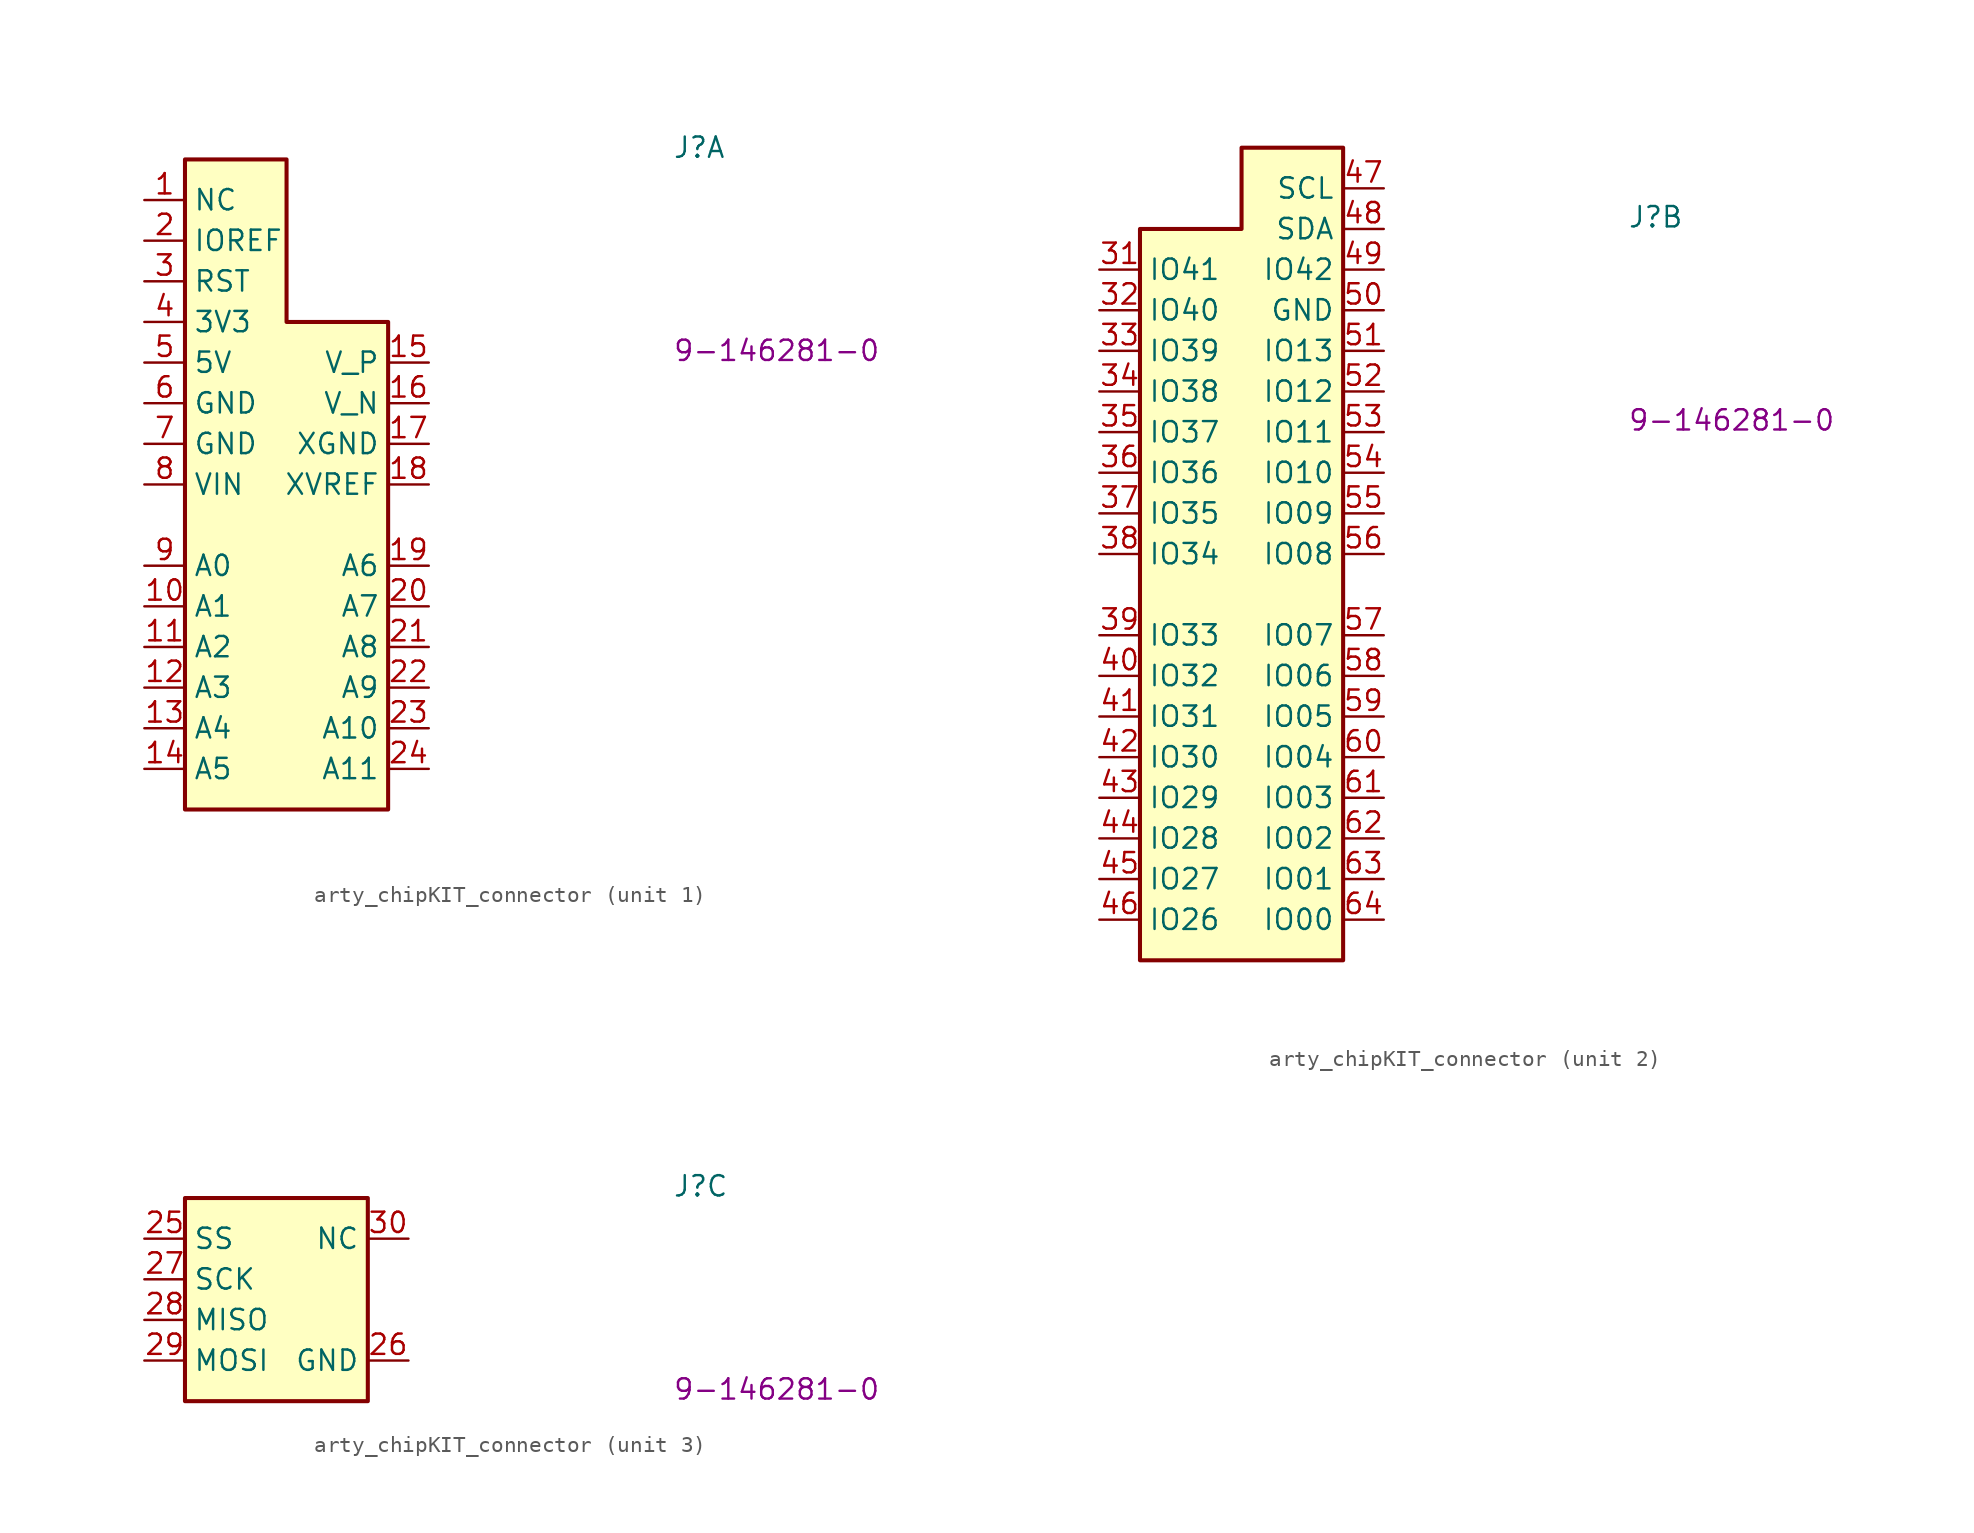
<source format=kicad_sym>
(kicad_symbol_lib
  (version 20220914)
  (generator kicad_symbol_editor)
  (symbol "arty_chipKIT_connector"
    (property "Reference" "J"
      (at 33.02 2.54 0)
      (effects (font (size 1.27 1.27) (thickness 0.15)) (justify left bottom)))
    (property "MPN" "9-146281-0"
      (at 33.02 -10.16 0)
      (effects (font (size 1.27 1.27) (thickness 0.15)) (justify left bottom)))
    (property "ki_locked" ""
      (at 0 0 0)
      (effects (font (size 1.27 1.27))))
    (symbol "arty_chipKIT_connector_1_1"
      (polyline (pts (xy 2.54 2.54) (xy 8.89 2.54) (xy 8.89 -7.62) (xy 15.24 -7.62) (xy 15.24 -38.1) (xy 2.54 -38.1) (xy 2.54 2.54)) (stroke (width 0.254) (type default)) (fill (type background)))
      (pin input line (at 0 0 0) (length 2.54) (name "NC" (effects (font (size 1.27 1.27)))) (number "1" (effects (font (size 1.27 1.27)))))
      (pin input line (at 0 -25.4 0) (length 2.54) (name "A1" (effects (font (size 1.27 1.27)))) (number "10" (effects (font (size 1.27 1.27)))))
      (pin input line (at 0 -27.94 0) (length 2.54) (name "A2" (effects (font (size 1.27 1.27)))) (number "11" (effects (font (size 1.27 1.27)))))
      (pin input line (at 0 -30.48 0) (length 2.54) (name "A3" (effects (font (size 1.27 1.27)))) (number "12" (effects (font (size 1.27 1.27)))))
      (pin input line (at 0 -33.02 0) (length 2.54) (name "A4" (effects (font (size 1.27 1.27)))) (number "13" (effects (font (size 1.27 1.27)))))
      (pin input line (at 0 -35.56 0) (length 2.54) (name "A5" (effects (font (size 1.27 1.27)))) (number "14" (effects (font (size 1.27 1.27)))))
      (pin input line (at 17.78 -10.16 180) (length 2.54) (name "V_P" (effects (font (size 1.27 1.27)))) (number "15" (effects (font (size 1.27 1.27)))))
      (pin input line (at 17.78 -12.7 180) (length 2.54) (name "V_N" (effects (font (size 1.27 1.27)))) (number "16" (effects (font (size 1.27 1.27)))))
      (pin input line (at 17.78 -15.24 180) (length 2.54) (name "XGND" (effects (font (size 1.27 1.27)))) (number "17" (effects (font (size 1.27 1.27)))))
      (pin input line (at 17.78 -17.78 180) (length 2.54) (name "XVREF" (effects (font (size 1.27 1.27)))) (number "18" (effects (font (size 1.27 1.27)))))
      (pin input line (at 17.78 -22.86 180) (length 2.54) (name "A6" (effects (font (size 1.27 1.27)))) (number "19" (effects (font (size 1.27 1.27)))))
      (pin input line (at 0 -2.54 0) (length 2.54) (name "IOREF" (effects (font (size 1.27 1.27)))) (number "2" (effects (font (size 1.27 1.27)))))
      (pin input line (at 17.78 -25.4 180) (length 2.54) (name "A7" (effects (font (size 1.27 1.27)))) (number "20" (effects (font (size 1.27 1.27)))))
      (pin input line (at 17.78 -27.94 180) (length 2.54) (name "A8" (effects (font (size 1.27 1.27)))) (number "21" (effects (font (size 1.27 1.27)))))
      (pin input line (at 17.78 -30.48 180) (length 2.54) (name "A9" (effects (font (size 1.27 1.27)))) (number "22" (effects (font (size 1.27 1.27)))))
      (pin input line (at 17.78 -33.02 180) (length 2.54) (name "A10" (effects (font (size 1.27 1.27)))) (number "23" (effects (font (size 1.27 1.27)))))
      (pin input line (at 17.78 -35.56 180) (length 2.54) (name "A11" (effects (font (size 1.27 1.27)))) (number "24" (effects (font (size 1.27 1.27)))))
      (pin input line (at 0 -5.08 0) (length 2.54) (name "RST" (effects (font (size 1.27 1.27)))) (number "3" (effects (font (size 1.27 1.27)))))
      (pin input line (at 0 -7.62 0) (length 2.54) (name "3V3" (effects (font (size 1.27 1.27)))) (number "4" (effects (font (size 1.27 1.27)))))
      (pin input line (at 0 -10.16 0) (length 2.54) (name "5V" (effects (font (size 1.27 1.27)))) (number "5" (effects (font (size 1.27 1.27)))))
      (pin input line (at 0 -12.7 0) (length 2.54) (name "GND" (effects (font (size 1.27 1.27)))) (number "6" (effects (font (size 1.27 1.27)))))
      (pin input line (at 0 -15.24 0) (length 2.54) (name "GND" (effects (font (size 1.27 1.27)))) (number "7" (effects (font (size 1.27 1.27)))))
      (pin input line (at 0 -17.78 0) (length 2.54) (name "VIN" (effects (font (size 1.27 1.27)))) (number "8" (effects (font (size 1.27 1.27)))))
      (pin input line (at 0 -22.86 0) (length 2.54) (name "A0" (effects (font (size 1.27 1.27)))) (number "9" (effects (font (size 1.27 1.27))))))
    (symbol "arty_chipKIT_connector_2_1"
      (polyline (pts (xy 2.54 2.54) (xy 8.89 2.54) (xy 8.89 7.62) (xy 15.24 7.62) (xy 15.24 -43.18) (xy 2.54 -43.18) (xy 2.54 2.54)) (stroke (width 0.254) (type default)) (fill (type background)))
      (pin input line (at 0 0 0) (length 2.54) (name "IO41" (effects (font (size 1.27 1.27)))) (number "31" (effects (font (size 1.27 1.27)))))
      (pin input line (at 0 -2.54 0) (length 2.54) (name "IO40" (effects (font (size 1.27 1.27)))) (number "32" (effects (font (size 1.27 1.27)))))
      (pin input line (at 0 -5.08 0) (length 2.54) (name "IO39" (effects (font (size 1.27 1.27)))) (number "33" (effects (font (size 1.27 1.27)))))
      (pin input line (at 0 -7.62 0) (length 2.54) (name "IO38" (effects (font (size 1.27 1.27)))) (number "34" (effects (font (size 1.27 1.27)))))
      (pin input line (at 0 -10.16 0) (length 2.54) (name "IO37" (effects (font (size 1.27 1.27)))) (number "35" (effects (font (size 1.27 1.27)))))
      (pin input line (at 0 -12.7 0) (length 2.54) (name "IO36" (effects (font (size 1.27 1.27)))) (number "36" (effects (font (size 1.27 1.27)))))
      (pin input line (at 0 -15.24 0) (length 2.54) (name "IO35" (effects (font (size 1.27 1.27)))) (number "37" (effects (font (size 1.27 1.27)))))
      (pin input line (at 0 -17.78 0) (length 2.54) (name "IO34" (effects (font (size 1.27 1.27)))) (number "38" (effects (font (size 1.27 1.27)))))
      (pin input line (at 0 -22.86 0) (length 2.54) (name "IO33" (effects (font (size 1.27 1.27)))) (number "39" (effects (font (size 1.27 1.27)))))
      (pin input line (at 0 -25.4 0) (length 2.54) (name "IO32" (effects (font (size 1.27 1.27)))) (number "40" (effects (font (size 1.27 1.27)))))
      (pin input line (at 0 -27.94 0) (length 2.54) (name "IO31" (effects (font (size 1.27 1.27)))) (number "41" (effects (font (size 1.27 1.27)))))
      (pin input line (at 0 -30.48 0) (length 2.54) (name "IO30" (effects (font (size 1.27 1.27)))) (number "42" (effects (font (size 1.27 1.27)))))
      (pin input line (at 0 -33.02 0) (length 2.54) (name "IO29" (effects (font (size 1.27 1.27)))) (number "43" (effects (font (size 1.27 1.27)))))
      (pin input line (at 0 -35.56 0) (length 2.54) (name "IO28" (effects (font (size 1.27 1.27)))) (number "44" (effects (font (size 1.27 1.27)))))
      (pin input line (at 0 -38.1 0) (length 2.54) (name "IO27" (effects (font (size 1.27 1.27)))) (number "45" (effects (font (size 1.27 1.27)))))
      (pin input line (at 0 -40.64 0) (length 2.54) (name "IO26" (effects (font (size 1.27 1.27)))) (number "46" (effects (font (size 1.27 1.27)))))
      (pin input line (at 17.78 5.08 180) (length 2.54) (name "SCL" (effects (font (size 1.27 1.27)))) (number "47" (effects (font (size 1.27 1.27)))))
      (pin input line (at 17.78 2.54 180) (length 2.54) (name "SDA" (effects (font (size 1.27 1.27)))) (number "48" (effects (font (size 1.27 1.27)))))
      (pin input line (at 17.78 0 180) (length 2.54) (name "IO42" (effects (font (size 1.27 1.27)))) (number "49" (effects (font (size 1.27 1.27)))))
      (pin input line (at 17.78 -2.54 180) (length 2.54) (name "GND" (effects (font (size 1.27 1.27)))) (number "50" (effects (font (size 1.27 1.27)))))
      (pin input line (at 17.78 -5.08 180) (length 2.54) (name "IO13" (effects (font (size 1.27 1.27)))) (number "51" (effects (font (size 1.27 1.27)))))
      (pin input line (at 17.78 -7.62 180) (length 2.54) (name "IO12" (effects (font (size 1.27 1.27)))) (number "52" (effects (font (size 1.27 1.27)))))
      (pin input line (at 17.78 -10.16 180) (length 2.54) (name "IO11" (effects (font (size 1.27 1.27)))) (number "53" (effects (font (size 1.27 1.27)))))
      (pin input line (at 17.78 -12.7 180) (length 2.54) (name "IO10" (effects (font (size 1.27 1.27)))) (number "54" (effects (font (size 1.27 1.27)))))
      (pin input line (at 17.78 -15.24 180) (length 2.54) (name "IO09" (effects (font (size 1.27 1.27)))) (number "55" (effects (font (size 1.27 1.27)))))
      (pin input line (at 17.78 -17.78 180) (length 2.54) (name "IO08" (effects (font (size 1.27 1.27)))) (number "56" (effects (font (size 1.27 1.27)))))
      (pin input line (at 17.78 -22.86 180) (length 2.54) (name "IO07" (effects (font (size 1.27 1.27)))) (number "57" (effects (font (size 1.27 1.27)))))
      (pin input line (at 17.78 -25.4 180) (length 2.54) (name "IO06" (effects (font (size 1.27 1.27)))) (number "58" (effects (font (size 1.27 1.27)))))
      (pin input line (at 17.78 -27.94 180) (length 2.54) (name "IO05" (effects (font (size 1.27 1.27)))) (number "59" (effects (font (size 1.27 1.27)))))
      (pin input line (at 17.78 -30.48 180) (length 2.54) (name "IO04" (effects (font (size 1.27 1.27)))) (number "60" (effects (font (size 1.27 1.27)))))
      (pin input line (at 17.78 -33.02 180) (length 2.54) (name "IO03" (effects (font (size 1.27 1.27)))) (number "61" (effects (font (size 1.27 1.27)))))
      (pin input line (at 17.78 -35.56 180) (length 2.54) (name "IO02" (effects (font (size 1.27 1.27)))) (number "62" (effects (font (size 1.27 1.27)))))
      (pin input line (at 17.78 -38.1 180) (length 2.54) (name "IO01" (effects (font (size 1.27 1.27)))) (number "63" (effects (font (size 1.27 1.27)))))
      (pin input line (at 17.78 -40.64 180) (length 2.54) (name "IO00" (effects (font (size 1.27 1.27)))) (number "64" (effects (font (size 1.27 1.27))))))
    (symbol "arty_chipKIT_connector_3_0"
      (rectangle (start 2.54 2.54) (end 13.97 -10.16) (stroke (width 0.254) (type default)) (fill (type background))))
    (symbol "arty_chipKIT_connector_3_1"
      (pin input line (at 0 0 0) (length 2.54) (name "SS" (effects (font (size 1.27 1.27)))) (number "25" (effects (font (size 1.27 1.27)))))
      (pin input line (at 16.51 -7.62 180) (length 2.54) (name "GND" (effects (font (size 1.27 1.27)))) (number "26" (effects (font (size 1.27 1.27)))))
      (pin input line (at 0 -2.54 0) (length 2.54) (name "SCK" (effects (font (size 1.27 1.27)))) (number "27" (effects (font (size 1.27 1.27)))))
      (pin input line (at 0 -5.08 0) (length 2.54) (name "MISO" (effects (font (size 1.27 1.27)))) (number "28" (effects (font (size 1.27 1.27)))))
      (pin input line (at 0 -7.62 0) (length 2.54) (name "MOSI" (effects (font (size 1.27 1.27)))) (number "29" (effects (font (size 1.27 1.27)))))
      (pin input line (at 16.51 0 180) (length 2.54) (name "NC" (effects (font (size 1.27 1.27)))) (number "30" (effects (font (size 1.27 1.27))))))))
</source>
